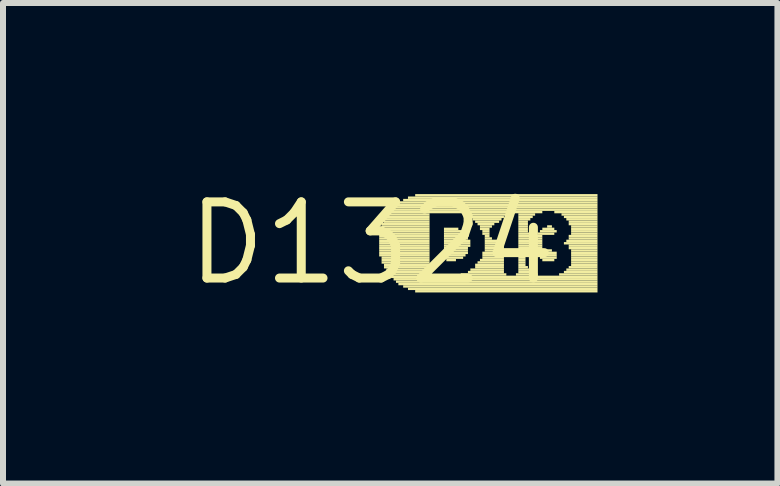
<source format=kicad_pcb>
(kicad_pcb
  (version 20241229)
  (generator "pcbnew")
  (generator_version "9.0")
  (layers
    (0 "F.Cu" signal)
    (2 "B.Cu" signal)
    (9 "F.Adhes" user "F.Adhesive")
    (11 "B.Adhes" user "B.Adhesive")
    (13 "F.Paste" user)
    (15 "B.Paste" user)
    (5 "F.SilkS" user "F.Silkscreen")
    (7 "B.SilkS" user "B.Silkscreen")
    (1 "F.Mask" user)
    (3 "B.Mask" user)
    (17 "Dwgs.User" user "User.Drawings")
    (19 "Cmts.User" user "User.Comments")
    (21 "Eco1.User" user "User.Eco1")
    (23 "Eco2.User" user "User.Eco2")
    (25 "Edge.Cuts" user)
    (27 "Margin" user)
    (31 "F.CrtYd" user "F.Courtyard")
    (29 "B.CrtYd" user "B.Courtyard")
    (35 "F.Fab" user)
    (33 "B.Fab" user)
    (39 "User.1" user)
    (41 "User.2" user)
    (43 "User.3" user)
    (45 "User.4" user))
  (footprint "D1324"
    (layer "F.Cu")
    (at 3.152 1.006)
    (property "Reference" "D1324" (at 0 0 0) (layer "F.SilkS") (effects (font (size 1.27 1.27) (thickness 0.15))))
    (fp_poly (pts (xy 0.12 -0.18) (xy 0.96 -0.18) (xy 0.96 -0.22) (xy 0.12 -0.22)) (stroke (width 0) (type default)) (fill yes) (layer "F.SilkS"))
    (fp_poly (pts (xy 0.12 -0.14) (xy 0.96 -0.14) (xy 0.96 -0.18) (xy 0.12 -0.18)) (stroke (width 0) (type default)) (fill yes) (layer "F.SilkS"))
    (fp_poly (pts (xy 0.12 -0.1) (xy 0.96 -0.1) (xy 0.96 -0.14) (xy 0.12 -0.14)) (stroke (width 0) (type default)) (fill yes) (layer "F.SilkS"))
    (fp_poly (pts (xy 0.12 -0.06) (xy 0.96 -0.06) (xy 0.96 -0.1) (xy 0.12 -0.1)) (stroke (width 0) (type default)) (fill yes) (layer "F.SilkS"))
    (fp_poly (pts (xy 0.12 -0.02) (xy 0.96 -0.02) (xy 0.96 -0.06) (xy 0.12 -0.06)) (stroke (width 0) (type default)) (fill yes) (layer "F.SilkS"))
    (fp_poly (pts (xy 0.12 0.02) (xy 0.96 0.02) (xy 0.96 -0.02) (xy 0.12 -0.02)) (stroke (width 0) (type default)) (fill yes) (layer "F.SilkS"))
    (fp_poly (pts (xy 0.12 0.06) (xy 0.96 0.06) (xy 0.96 0.02) (xy 0.12 0.02)) (stroke (width 0) (type default)) (fill yes) (layer "F.SilkS"))
    (fp_poly (pts (xy 0.12 0.1) (xy 0.96 0.1) (xy 0.96 0.06) (xy 0.12 0.06)) (stroke (width 0) (type default)) (fill yes) (layer "F.SilkS"))
    (fp_poly (pts (xy 0.12 0.14) (xy 0.96 0.14) (xy 0.96 0.1) (xy 0.12 0.1)) (stroke (width 0) (type default)) (fill yes) (layer "F.SilkS"))
    (fp_poly (pts (xy 0.12 0.18) (xy 0.96 0.18) (xy 0.96 0.14) (xy 0.12 0.14)) (stroke (width 0) (type default)) (fill yes) (layer "F.SilkS"))
    (fp_poly (pts (xy 0.12 0.22) (xy 0.96 0.22) (xy 0.96 0.18) (xy 0.12 0.18)) (stroke (width 0) (type default)) (fill yes) (layer "F.SilkS"))
    (fp_poly (pts (xy 0.16 -0.3) (xy 0.96 -0.3) (xy 0.96 -0.34) (xy 0.16 -0.34)) (stroke (width 0) (type default)) (fill yes) (layer "F.SilkS"))
    (fp_poly (pts (xy 0.16 -0.26) (xy 0.96 -0.26) (xy 0.96 -0.3) (xy 0.16 -0.3)) (stroke (width 0) (type default)) (fill yes) (layer "F.SilkS"))
    (fp_poly (pts (xy 0.16 -0.22) (xy 0.96 -0.22) (xy 0.96 -0.26) (xy 0.16 -0.26)) (stroke (width 0) (type default)) (fill yes) (layer "F.SilkS"))
    (fp_poly (pts (xy 0.16 0.26) (xy 0.96 0.26) (xy 0.96 0.22) (xy 0.16 0.22)) (stroke (width 0) (type default)) (fill yes) (layer "F.SilkS"))
    (fp_poly (pts (xy 0.16 0.3) (xy 0.96 0.3) (xy 0.96 0.26) (xy 0.16 0.26)) (stroke (width 0) (type default)) (fill yes) (layer "F.SilkS"))
    (fp_poly (pts (xy 0.16 0.34) (xy 0.96 0.34) (xy 0.96 0.3) (xy 0.16 0.3)) (stroke (width 0) (type default)) (fill yes) (layer "F.SilkS"))
    (fp_poly (pts (xy 0.2 -0.38) (xy 0.96 -0.38) (xy 0.96 -0.42) (xy 0.2 -0.42)) (stroke (width 0) (type default)) (fill yes) (layer "F.SilkS"))
    (fp_poly (pts (xy 0.2 -0.34) (xy 0.96 -0.34) (xy 0.96 -0.38) (xy 0.2 -0.38)) (stroke (width 0) (type default)) (fill yes) (layer "F.SilkS"))
    (fp_poly (pts (xy 0.2 0.38) (xy 0.96 0.38) (xy 0.96 0.34) (xy 0.2 0.34)) (stroke (width 0) (type default)) (fill yes) (layer "F.SilkS"))
    (fp_poly (pts (xy 0.2 0.42) (xy 0.96 0.42) (xy 0.96 0.38) (xy 0.2 0.38)) (stroke (width 0) (type default)) (fill yes) (layer "F.SilkS"))
    (fp_poly (pts (xy 0.24 -0.46) (xy 0.96 -0.46) (xy 0.96 -0.5) (xy 0.24 -0.5)) (stroke (width 0) (type default)) (fill yes) (layer "F.SilkS"))
    (fp_poly (pts (xy 0.24 -0.42) (xy 0.96 -0.42) (xy 0.96 -0.46) (xy 0.24 -0.46)) (stroke (width 0) (type default)) (fill yes) (layer "F.SilkS"))
    (fp_poly (pts (xy 0.24 0.46) (xy 0.96 0.46) (xy 0.96 0.42) (xy 0.24 0.42)) (stroke (width 0) (type default)) (fill yes) (layer "F.SilkS"))
    (fp_poly (pts (xy 0.24 0.5) (xy 0.96 0.5) (xy 0.96 0.46) (xy 0.24 0.46)) (stroke (width 0) (type default)) (fill yes) (layer "F.SilkS"))
    (fp_poly (pts (xy 0.28 -0.5) (xy 2.84 -0.5) (xy 2.84 -0.54) (xy 0.28 -0.54)) (stroke (width 0) (type default)) (fill yes) (layer "F.SilkS"))
    (fp_poly (pts (xy 0.28 0.54) (xy 1 0.54) (xy 1 0.5) (xy 0.28 0.5)) (stroke (width 0) (type default)) (fill yes) (layer "F.SilkS"))
    (fp_poly (pts (xy 0.32 -0.54) (xy 3.76 -0.54) (xy 3.76 -0.58) (xy 0.32 -0.58)) (stroke (width 0) (type default)) (fill yes) (layer "F.SilkS"))
    (fp_poly (pts (xy 0.32 0.58) (xy 3.76 0.58) (xy 3.76 0.54) (xy 0.32 0.54)) (stroke (width 0) (type default)) (fill yes) (layer "F.SilkS"))
    (fp_poly (pts (xy 0.36 -0.58) (xy 3.76 -0.58) (xy 3.76 -0.62) (xy 0.36 -0.62)) (stroke (width 0) (type default)) (fill yes) (layer "F.SilkS"))
    (fp_poly (pts (xy 0.36 0.62) (xy 3.76 0.62) (xy 3.76 0.58) (xy 0.36 0.58)) (stroke (width 0) (type default)) (fill yes) (layer "F.SilkS"))
    (fp_poly (pts (xy 0.4 -0.62) (xy 3.76 -0.62) (xy 3.76 -0.66) (xy 0.4 -0.66)) (stroke (width 0) (type default)) (fill yes) (layer "F.SilkS"))
    (fp_poly (pts (xy 0.4 0.66) (xy 3.76 0.66) (xy 3.76 0.62) (xy 0.4 0.62)) (stroke (width 0) (type default)) (fill yes) (layer "F.SilkS"))
    (fp_poly (pts (xy 0.44 -0.66) (xy 3.76 -0.66) (xy 3.76 -0.7) (xy 0.44 -0.7)) (stroke (width 0) (type default)) (fill yes) (layer "F.SilkS"))
    (fp_poly (pts (xy 0.44 0.7) (xy 3.76 0.7) (xy 3.76 0.66) (xy 0.44 0.66)) (stroke (width 0) (type default)) (fill yes) (layer "F.SilkS"))
    (fp_poly (pts (xy 0.52 -0.7) (xy 3.76 -0.7) (xy 3.76 -0.74) (xy 0.52 -0.74)) (stroke (width 0) (type default)) (fill yes) (layer "F.SilkS"))
    (fp_poly (pts (xy 0.52 0.74) (xy 3.76 0.74) (xy 3.76 0.7) (xy 0.52 0.7)) (stroke (width 0) (type default)) (fill yes) (layer "F.SilkS"))
    (fp_poly (pts (xy 0.6 -0.74) (xy 3.76 -0.74) (xy 3.76 -0.78) (xy 0.6 -0.78)) (stroke (width 0) (type default)) (fill yes) (layer "F.SilkS"))
    (fp_poly (pts (xy 0.6 0.78) (xy 3.76 0.78) (xy 3.76 0.74) (xy 0.6 0.74)) (stroke (width 0) (type default)) (fill yes) (layer "F.SilkS"))
    (fp_poly (pts (xy 0.72 -0.78) (xy 3.76 -0.78) (xy 3.76 -0.82) (xy 0.72 -0.82)) (stroke (width 0) (type default)) (fill yes) (layer "F.SilkS"))
    (fp_poly (pts (xy 0.72 0.82) (xy 3.76 0.82) (xy 3.76 0.78) (xy 0.72 0.78)) (stroke (width 0) (type default)) (fill yes) (layer "F.SilkS"))
    (fp_poly (pts (xy 1.2 -0.22) (xy 1.44 -0.22) (xy 1.44 -0.26) (xy 1.2 -0.26)) (stroke (width 0) (type default)) (fill yes) (layer "F.SilkS"))
    (fp_poly (pts (xy 1.2 -0.18) (xy 1.52 -0.18) (xy 1.52 -0.22) (xy 1.2 -0.22)) (stroke (width 0) (type default)) (fill yes) (layer "F.SilkS"))
    (fp_poly (pts (xy 1.2 -0.14) (xy 1.56 -0.14) (xy 1.56 -0.18) (xy 1.2 -0.18)) (stroke (width 0) (type default)) (fill yes) (layer "F.SilkS"))
    (fp_poly (pts (xy 1.2 -0.1) (xy 1.6 -0.1) (xy 1.6 -0.14) (xy 1.2 -0.14)) (stroke (width 0) (type default)) (fill yes) (layer "F.SilkS"))
    (fp_poly (pts (xy 1.2 -0.06) (xy 1.6 -0.06) (xy 1.6 -0.1) (xy 1.2 -0.1)) (stroke (width 0) (type default)) (fill yes) (layer "F.SilkS"))
    (fp_poly (pts (xy 1.2 -0.02) (xy 1.64 -0.02) (xy 1.64 -0.06) (xy 1.2 -0.06)) (stroke (width 0) (type default)) (fill yes) (layer "F.SilkS"))
    (fp_poly (pts (xy 1.2 0.02) (xy 1.64 0.02) (xy 1.64 -0.02) (xy 1.2 -0.02)) (stroke (width 0) (type default)) (fill yes) (layer "F.SilkS"))
    (fp_poly (pts (xy 1.2 0.06) (xy 1.64 0.06) (xy 1.64 0.02) (xy 1.2 0.02)) (stroke (width 0) (type default)) (fill yes) (layer "F.SilkS"))
    (fp_poly (pts (xy 1.2 0.1) (xy 1.6 0.1) (xy 1.6 0.06) (xy 1.2 0.06)) (stroke (width 0) (type default)) (fill yes) (layer "F.SilkS"))
    (fp_poly (pts (xy 1.2 0.14) (xy 1.6 0.14) (xy 1.6 0.1) (xy 1.2 0.1)) (stroke (width 0) (type default)) (fill yes) (layer "F.SilkS"))
    (fp_poly (pts (xy 1.2 0.18) (xy 1.6 0.18) (xy 1.6 0.14) (xy 1.2 0.14)) (stroke (width 0) (type default)) (fill yes) (layer "F.SilkS"))
    (fp_poly (pts (xy 1.2 0.22) (xy 1.56 0.22) (xy 1.56 0.18) (xy 1.2 0.18)) (stroke (width 0) (type default)) (fill yes) (layer "F.SilkS"))
    (fp_poly (pts (xy 1.2 0.26) (xy 1.52 0.26) (xy 1.52 0.22) (xy 1.2 0.22)) (stroke (width 0) (type default)) (fill yes) (layer "F.SilkS"))
    (fp_poly (pts (xy 1.24 0.3) (xy 1.4 0.3) (xy 1.4 0.26) (xy 1.24 0.26)) (stroke (width 0) (type default)) (fill yes) (layer "F.SilkS"))
    (fp_poly (pts (xy 1.48 0.54) (xy 2.24 0.54) (xy 2.24 0.5) (xy 1.48 0.5)) (stroke (width 0) (type default)) (fill yes) (layer "F.SilkS"))
    (fp_poly (pts (xy 1.52 -0.46) (xy 2.24 -0.46) (xy 2.24 -0.5) (xy 1.52 -0.5)) (stroke (width 0) (type default)) (fill yes) (layer "F.SilkS"))
    (fp_poly (pts (xy 1.6 -0.42) (xy 2.2 -0.42) (xy 2.2 -0.46) (xy 1.6 -0.46)) (stroke (width 0) (type default)) (fill yes) (layer "F.SilkS"))
    (fp_poly (pts (xy 1.6 0.5) (xy 2.2 0.5) (xy 2.2 0.46) (xy 1.6 0.46)) (stroke (width 0) (type default)) (fill yes) (layer "F.SilkS"))
    (fp_poly (pts (xy 1.64 0.46) (xy 2.2 0.46) (xy 2.2 0.42) (xy 1.64 0.42)) (stroke (width 0) (type default)) (fill yes) (layer "F.SilkS"))
    (fp_poly (pts (xy 1.68 -0.38) (xy 2.16 -0.38) (xy 2.16 -0.42) (xy 1.68 -0.42)) (stroke (width 0) (type default)) (fill yes) (layer "F.SilkS"))
    (fp_poly (pts (xy 1.72 -0.34) (xy 2.12 -0.34) (xy 2.12 -0.38) (xy 1.72 -0.38)) (stroke (width 0) (type default)) (fill yes) (layer "F.SilkS"))
    (fp_poly (pts (xy 1.72 0.38) (xy 2.2 0.38) (xy 2.2 0.34) (xy 1.72 0.34)) (stroke (width 0) (type default)) (fill yes) (layer "F.SilkS"))
    (fp_poly (pts (xy 1.72 0.42) (xy 2.2 0.42) (xy 2.2 0.38) (xy 1.72 0.38)) (stroke (width 0) (type default)) (fill yes) (layer "F.SilkS"))
    (fp_poly (pts (xy 1.76 -0.3) (xy 2.04 -0.3) (xy 2.04 -0.34) (xy 1.76 -0.34)) (stroke (width 0) (type default)) (fill yes) (layer "F.SilkS"))
    (fp_poly (pts (xy 1.76 0.34) (xy 2.2 0.34) (xy 2.2 0.3) (xy 1.76 0.3)) (stroke (width 0) (type default)) (fill yes) (layer "F.SilkS"))
    (fp_poly (pts (xy 1.8 -0.26) (xy 2 -0.26) (xy 2 -0.3) (xy 1.8 -0.3)) (stroke (width 0) (type default)) (fill yes) (layer "F.SilkS"))
    (fp_poly (pts (xy 1.8 -0.22) (xy 1.96 -0.22) (xy 1.96 -0.26) (xy 1.8 -0.26)) (stroke (width 0) (type default)) (fill yes) (layer "F.SilkS"))
    (fp_poly (pts (xy 1.8 0.3) (xy 2.2 0.3) (xy 2.2 0.26) (xy 1.8 0.26)) (stroke (width 0) (type default)) (fill yes) (layer "F.SilkS"))
    (fp_poly (pts (xy 1.84 -0.18) (xy 1.96 -0.18) (xy 1.96 -0.22) (xy 1.84 -0.22)) (stroke (width 0) (type default)) (fill yes) (layer "F.SilkS"))
    (fp_poly (pts (xy 1.84 -0.14) (xy 1.96 -0.14) (xy 1.96 -0.18) (xy 1.84 -0.18)) (stroke (width 0) (type default)) (fill yes) (layer "F.SilkS"))
    (fp_poly (pts (xy 1.84 0.18) (xy 2.2 0.18) (xy 2.2 0.14) (xy 1.84 0.14)) (stroke (width 0) (type default)) (fill yes) (layer "F.SilkS"))
    (fp_poly (pts (xy 1.84 0.22) (xy 2.2 0.22) (xy 2.2 0.18) (xy 1.84 0.18)) (stroke (width 0) (type default)) (fill yes) (layer "F.SilkS"))
    (fp_poly (pts (xy 1.84 0.26) (xy 2.2 0.26) (xy 2.2 0.22) (xy 1.84 0.22)) (stroke (width 0) (type default)) (fill yes) (layer "F.SilkS"))
    (fp_poly (pts (xy 1.88 -0.1) (xy 1.96 -0.1) (xy 1.96 -0.14) (xy 1.88 -0.14)) (stroke (width 0) (type default)) (fill yes) (layer "F.SilkS"))
    (fp_poly (pts (xy 1.88 -0.06) (xy 2 -0.06) (xy 2 -0.1) (xy 1.88 -0.1)) (stroke (width 0) (type default)) (fill yes) (layer "F.SilkS"))
    (fp_poly (pts (xy 1.88 -0.02) (xy 2.2 -0.02) (xy 2.2 -0.06) (xy 1.88 -0.06)) (stroke (width 0) (type default)) (fill yes) (layer "F.SilkS"))
    (fp_poly (pts (xy 1.88 0.02) (xy 2.2 0.02) (xy 2.2 -0.02) (xy 1.88 -0.02)) (stroke (width 0) (type default)) (fill yes) (layer "F.SilkS"))
    (fp_poly (pts (xy 1.88 0.06) (xy 2.2 0.06) (xy 2.2 0.02) (xy 1.88 0.02)) (stroke (width 0) (type default)) (fill yes) (layer "F.SilkS"))
    (fp_poly (pts (xy 1.88 0.1) (xy 2.2 0.1) (xy 2.2 0.06) (xy 1.88 0.06)) (stroke (width 0) (type default)) (fill yes) (layer "F.SilkS"))
    (fp_poly (pts (xy 1.88 0.14) (xy 2.2 0.14) (xy 2.2 0.1) (xy 1.88 0.1)) (stroke (width 0) (type default)) (fill yes) (layer "F.SilkS"))
    (fp_poly (pts (xy 2.16 -0.06) (xy 2.2 -0.06) (xy 2.2 -0.1) (xy 2.16 -0.1)) (stroke (width 0) (type default)) (fill yes) (layer "F.SilkS"))
    (fp_poly (pts (xy 2.4 0.54) (xy 2.76 0.54) (xy 2.76 0.5) (xy 2.4 0.5)) (stroke (width 0) (type default)) (fill yes) (layer "F.SilkS"))
    (fp_poly (pts (xy 2.44 -0.46) (xy 2.72 -0.46) (xy 2.72 -0.5) (xy 2.44 -0.5)) (stroke (width 0) (type default)) (fill yes) (layer "F.SilkS"))
    (fp_poly (pts (xy 2.44 -0.42) (xy 2.68 -0.42) (xy 2.68 -0.46) (xy 2.44 -0.46)) (stroke (width 0) (type default)) (fill yes) (layer "F.SilkS"))
    (fp_poly (pts (xy 2.44 -0.38) (xy 2.64 -0.38) (xy 2.64 -0.42) (xy 2.44 -0.42)) (stroke (width 0) (type default)) (fill yes) (layer "F.SilkS"))
    (fp_poly (pts (xy 2.44 -0.34) (xy 2.6 -0.34) (xy 2.6 -0.38) (xy 2.44 -0.38)) (stroke (width 0) (type default)) (fill yes) (layer "F.SilkS"))
    (fp_poly (pts (xy 2.44 -0.3) (xy 2.6 -0.3) (xy 2.6 -0.34) (xy 2.44 -0.34)) (stroke (width 0) (type default)) (fill yes) (layer "F.SilkS"))
    (fp_poly (pts (xy 2.44 -0.26) (xy 2.6 -0.26) (xy 2.6 -0.3) (xy 2.44 -0.3)) (stroke (width 0) (type default)) (fill yes) (layer "F.SilkS"))
    (fp_poly (pts (xy 2.44 -0.22) (xy 2.6 -0.22) (xy 2.6 -0.26) (xy 2.44 -0.26)) (stroke (width 0) (type default)) (fill yes) (layer "F.SilkS"))
    (fp_poly (pts (xy 2.44 -0.18) (xy 2.6 -0.18) (xy 2.6 -0.22) (xy 2.44 -0.22)) (stroke (width 0) (type default)) (fill yes) (layer "F.SilkS"))
    (fp_poly (pts (xy 2.44 -0.14) (xy 2.68 -0.14) (xy 2.68 -0.18) (xy 2.44 -0.18)) (stroke (width 0) (type default)) (fill yes) (layer "F.SilkS"))
    (fp_poly (pts (xy 2.44 -0.1) (xy 2.84 -0.1) (xy 2.84 -0.14) (xy 2.44 -0.14)) (stroke (width 0) (type default)) (fill yes) (layer "F.SilkS"))
    (fp_poly (pts (xy 2.44 -0.06) (xy 2.84 -0.06) (xy 2.84 -0.1) (xy 2.44 -0.1)) (stroke (width 0) (type default)) (fill yes) (layer "F.SilkS"))
    (fp_poly (pts (xy 2.44 -0.02) (xy 2.84 -0.02) (xy 2.84 -0.06) (xy 2.44 -0.06)) (stroke (width 0) (type default)) (fill yes) (layer "F.SilkS"))
    (fp_poly (pts (xy 2.44 0.02) (xy 2.84 0.02) (xy 2.84 -0.02) (xy 2.44 -0.02)) (stroke (width 0) (type default)) (fill yes) (layer "F.SilkS"))
    (fp_poly (pts (xy 2.44 0.06) (xy 2.84 0.06) (xy 2.84 0.02) (xy 2.44 0.02)) (stroke (width 0) (type default)) (fill yes) (layer "F.SilkS"))
    (fp_poly (pts (xy 2.44 0.1) (xy 2.84 0.1) (xy 2.84 0.06) (xy 2.44 0.06)) (stroke (width 0) (type default)) (fill yes) (layer "F.SilkS"))
    (fp_poly (pts (xy 2.44 0.14) (xy 3 0.14) (xy 3 0.1) (xy 2.44 0.1)) (stroke (width 0) (type default)) (fill yes) (layer "F.SilkS"))
    (fp_poly (pts (xy 2.44 0.18) (xy 2.6 0.18) (xy 2.6 0.14) (xy 2.44 0.14)) (stroke (width 0) (type default)) (fill yes) (layer "F.SilkS"))
    (fp_poly (pts (xy 2.44 0.22) (xy 2.56 0.22) (xy 2.56 0.18) (xy 2.44 0.18)) (stroke (width 0) (type default)) (fill yes) (layer "F.SilkS"))
    (fp_poly (pts (xy 2.44 0.26) (xy 2.56 0.26) (xy 2.56 0.22) (xy 2.44 0.22)) (stroke (width 0) (type default)) (fill yes) (layer "F.SilkS"))
    (fp_poly (pts (xy 2.44 0.3) (xy 2.56 0.3) (xy 2.56 0.26) (xy 2.44 0.26)) (stroke (width 0) (type default)) (fill yes) (layer "F.SilkS"))
    (fp_poly (pts (xy 2.44 0.34) (xy 2.56 0.34) (xy 2.56 0.3) (xy 2.44 0.3)) (stroke (width 0) (type default)) (fill yes) (layer "F.SilkS"))
    (fp_poly (pts (xy 2.44 0.38) (xy 2.56 0.38) (xy 2.56 0.34) (xy 2.44 0.34)) (stroke (width 0) (type default)) (fill yes) (layer "F.SilkS"))
    (fp_poly (pts (xy 2.44 0.42) (xy 2.6 0.42) (xy 2.6 0.38) (xy 2.44 0.38)) (stroke (width 0) (type default)) (fill yes) (layer "F.SilkS"))
    (fp_poly (pts (xy 2.44 0.46) (xy 2.64 0.46) (xy 2.64 0.42) (xy 2.44 0.42)) (stroke (width 0) (type default)) (fill yes) (layer "F.SilkS"))
    (fp_poly (pts (xy 2.44 0.5) (xy 2.68 0.5) (xy 2.68 0.46) (xy 2.44 0.46)) (stroke (width 0) (type default)) (fill yes) (layer "F.SilkS"))
    (fp_poly (pts (xy 2.76 -0.14) (xy 3.04 -0.14) (xy 3.04 -0.18) (xy 2.76 -0.18)) (stroke (width 0) (type default)) (fill yes) (layer "F.SilkS"))
    (fp_poly (pts (xy 2.76 0.18) (xy 3.08 0.18) (xy 3.08 0.14) (xy 2.76 0.14)) (stroke (width 0) (type default)) (fill yes) (layer "F.SilkS"))
    (fp_poly (pts (xy 2.8 -0.18) (xy 3.08 -0.18) (xy 3.08 -0.22) (xy 2.8 -0.22)) (stroke (width 0) (type default)) (fill yes) (layer "F.SilkS"))
    (fp_poly (pts (xy 2.8 0.22) (xy 3.08 0.22) (xy 3.08 0.18) (xy 2.8 0.18)) (stroke (width 0) (type default)) (fill yes) (layer "F.SilkS"))
    (fp_poly (pts (xy 2.8 0.26) (xy 3.08 0.26) (xy 3.08 0.22) (xy 2.8 0.22)) (stroke (width 0) (type default)) (fill yes) (layer "F.SilkS"))
    (fp_poly (pts (xy 2.84 -0.22) (xy 3.04 -0.22) (xy 3.04 -0.26) (xy 2.84 -0.26)) (stroke (width 0) (type default)) (fill yes) (layer "F.SilkS"))
    (fp_poly (pts (xy 2.84 0.3) (xy 3.04 0.3) (xy 3.04 0.26) (xy 2.84 0.26)) (stroke (width 0) (type default)) (fill yes) (layer "F.SilkS"))
    (fp_poly (pts (xy 2.92 -0.26) (xy 3 -0.26) (xy 3 -0.3) (xy 2.92 -0.3)) (stroke (width 0) (type default)) (fill yes) (layer "F.SilkS"))
    (fp_poly (pts (xy 3.04 -0.5) (xy 3.76 -0.5) (xy 3.76 -0.54) (xy 3.04 -0.54)) (stroke (width 0) (type default)) (fill yes) (layer "F.SilkS"))
    (fp_poly (pts (xy 3.12 0.54) (xy 3.76 0.54) (xy 3.76 0.5) (xy 3.12 0.5)) (stroke (width 0) (type default)) (fill yes) (layer "F.SilkS"))
    (fp_poly (pts (xy 3.16 -0.46) (xy 3.76 -0.46) (xy 3.76 -0.5) (xy 3.16 -0.5)) (stroke (width 0) (type default)) (fill yes) (layer "F.SilkS"))
    (fp_poly (pts (xy 3.2 -0.42) (xy 3.76 -0.42) (xy 3.76 -0.46) (xy 3.2 -0.46)) (stroke (width 0) (type default)) (fill yes) (layer "F.SilkS"))
    (fp_poly (pts (xy 3.2 0.02) (xy 3.76 0.02) (xy 3.76 -0.02) (xy 3.2 -0.02)) (stroke (width 0) (type default)) (fill yes) (layer "F.SilkS"))
    (fp_poly (pts (xy 3.2 0.5) (xy 3.76 0.5) (xy 3.76 0.46) (xy 3.2 0.46)) (stroke (width 0) (type default)) (fill yes) (layer "F.SilkS"))
    (fp_poly (pts (xy 3.24 -0.38) (xy 3.76 -0.38) (xy 3.76 -0.42) (xy 3.24 -0.42)) (stroke (width 0) (type default)) (fill yes) (layer "F.SilkS"))
    (fp_poly (pts (xy 3.24 -0.02) (xy 3.76 -0.02) (xy 3.76 -0.06) (xy 3.24 -0.06)) (stroke (width 0) (type default)) (fill yes) (layer "F.SilkS"))
    (fp_poly (pts (xy 3.24 0.46) (xy 3.76 0.46) (xy 3.76 0.42) (xy 3.24 0.42)) (stroke (width 0) (type default)) (fill yes) (layer "F.SilkS"))
    (fp_poly (pts (xy 3.28 -0.34) (xy 3.76 -0.34) (xy 3.76 -0.38) (xy 3.28 -0.38)) (stroke (width 0) (type default)) (fill yes) (layer "F.SilkS"))
    (fp_poly (pts (xy 3.28 -0.3) (xy 3.76 -0.3) (xy 3.76 -0.34) (xy 3.28 -0.34)) (stroke (width 0) (type default)) (fill yes) (layer "F.SilkS"))
    (fp_poly (pts (xy 3.28 -0.1) (xy 3.76 -0.1) (xy 3.76 -0.14) (xy 3.28 -0.14)) (stroke (width 0) (type default)) (fill yes) (layer "F.SilkS"))
    (fp_poly (pts (xy 3.28 -0.06) (xy 3.76 -0.06) (xy 3.76 -0.1) (xy 3.28 -0.1)) (stroke (width 0) (type default)) (fill yes) (layer "F.SilkS"))
    (fp_poly (pts (xy 3.28 0.06) (xy 3.76 0.06) (xy 3.76 0.02) (xy 3.28 0.02)) (stroke (width 0) (type default)) (fill yes) (layer "F.SilkS"))
    (fp_poly (pts (xy 3.28 0.1) (xy 3.76 0.1) (xy 3.76 0.06) (xy 3.28 0.06)) (stroke (width 0) (type default)) (fill yes) (layer "F.SilkS"))
    (fp_poly (pts (xy 3.28 0.42) (xy 3.76 0.42) (xy 3.76 0.38) (xy 3.28 0.38)) (stroke (width 0) (type default)) (fill yes) (layer "F.SilkS"))
    (fp_poly (pts (xy 3.32 -0.26) (xy 3.76 -0.26) (xy 3.76 -0.3) (xy 3.32 -0.3)) (stroke (width 0) (type default)) (fill yes) (layer "F.SilkS"))
    (fp_poly (pts (xy 3.32 -0.22) (xy 3.76 -0.22) (xy 3.76 -0.26) (xy 3.32 -0.26)) (stroke (width 0) (type default)) (fill yes) (layer "F.SilkS"))
    (fp_poly (pts (xy 3.32 -0.18) (xy 3.76 -0.18) (xy 3.76 -0.22) (xy 3.32 -0.22)) (stroke (width 0) (type default)) (fill yes) (layer "F.SilkS"))
    (fp_poly (pts (xy 3.32 -0.14) (xy 3.76 -0.14) (xy 3.76 -0.18) (xy 3.32 -0.18)) (stroke (width 0) (type default)) (fill yes) (layer "F.SilkS"))
    (fp_poly (pts (xy 3.32 0.14) (xy 3.76 0.14) (xy 3.76 0.1) (xy 3.32 0.1)) (stroke (width 0) (type default)) (fill yes) (layer "F.SilkS"))
    (fp_poly (pts (xy 3.32 0.18) (xy 3.76 0.18) (xy 3.76 0.14) (xy 3.32 0.14)) (stroke (width 0) (type default)) (fill yes) (layer "F.SilkS"))
    (fp_poly (pts (xy 3.32 0.22) (xy 3.76 0.22) (xy 3.76 0.18) (xy 3.32 0.18)) (stroke (width 0) (type default)) (fill yes) (layer "F.SilkS"))
    (fp_poly (pts (xy 3.32 0.26) (xy 3.76 0.26) (xy 3.76 0.22) (xy 3.32 0.22)) (stroke (width 0) (type default)) (fill yes) (layer "F.SilkS"))
    (fp_poly (pts (xy 3.32 0.3) (xy 3.76 0.3) (xy 3.76 0.26) (xy 3.32 0.26)) (stroke (width 0) (type default)) (fill yes) (layer "F.SilkS"))
    (fp_poly (pts (xy 3.32 0.34) (xy 3.76 0.34) (xy 3.76 0.3) (xy 3.32 0.3)) (stroke (width 0) (type default)) (fill yes) (layer "F.SilkS"))
    (fp_poly (pts (xy 3.32 0.38) (xy 3.76 0.38) (xy 3.76 0.34) (xy 3.32 0.34)) (stroke (width 0) (type default)) (fill yes) (layer "F.SilkS")))
  (gr_rect
    (start -3 -3)
    (end 9.912 5.012)
    (stroke (width 0.1) (type default))
    (fill no)
    (layer "Edge.Cuts")))
</source>
